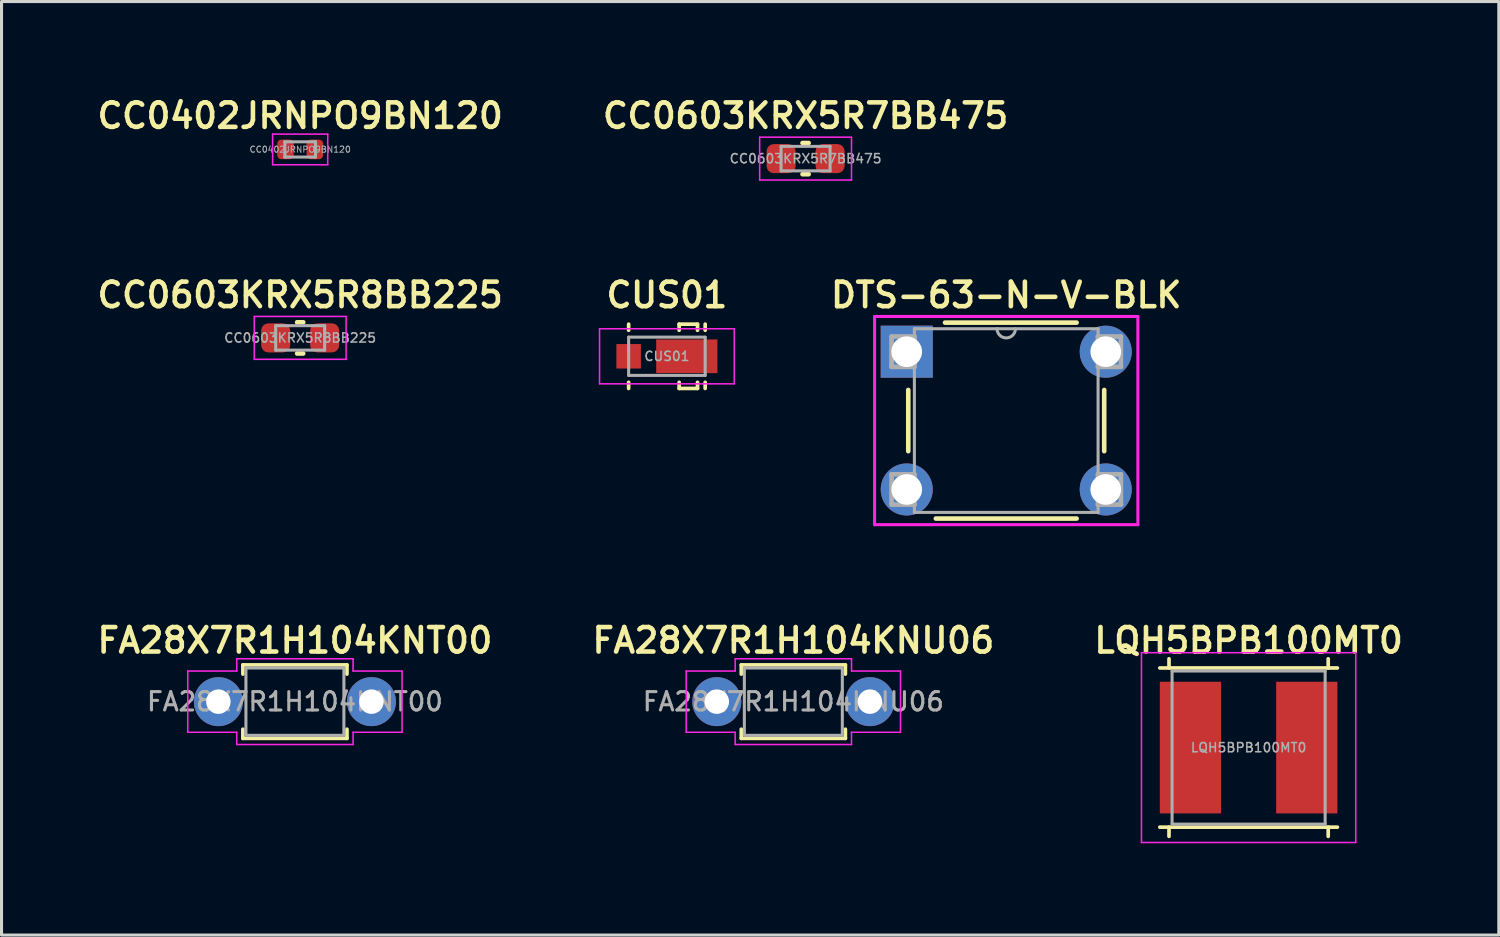
<source format=kicad_pcb>
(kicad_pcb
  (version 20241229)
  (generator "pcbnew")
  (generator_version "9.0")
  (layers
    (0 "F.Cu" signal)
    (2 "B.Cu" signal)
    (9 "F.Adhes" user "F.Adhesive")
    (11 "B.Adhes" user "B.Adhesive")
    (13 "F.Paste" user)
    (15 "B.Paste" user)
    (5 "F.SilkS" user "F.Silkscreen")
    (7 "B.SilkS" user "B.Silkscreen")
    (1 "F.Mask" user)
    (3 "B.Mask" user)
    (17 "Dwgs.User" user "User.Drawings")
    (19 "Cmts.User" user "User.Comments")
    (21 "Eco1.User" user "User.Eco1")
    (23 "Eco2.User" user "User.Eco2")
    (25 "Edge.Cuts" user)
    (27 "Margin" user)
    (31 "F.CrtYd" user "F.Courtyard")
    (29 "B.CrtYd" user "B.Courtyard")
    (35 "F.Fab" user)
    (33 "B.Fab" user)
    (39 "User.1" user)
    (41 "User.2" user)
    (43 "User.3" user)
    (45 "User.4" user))
  (footprint "FA28X7R1H104KNU06"
    (layer "F.Cu")
    (at 22.864 19.869)
    (property "Reference" "FA28X7R1H104KNU06" (at 0 -2 0) (layer "F.SilkS") (effects (font (size 0.8 0.8) (thickness 0.15))))
    (attr through_hole)
    (fp_line (start -1.7 -1.2) (end -1.7 -0.9) (stroke (width 0.12) (type solid)) (layer "F.SilkS"))
    (fp_line (start -1.7 -1.2) (end 1.7 -1.2) (stroke (width 0.12) (type solid)) (layer "F.SilkS"))
    (fp_line (start -1.7 0.9) (end -1.7 1.2) (stroke (width 0.12) (type solid)) (layer "F.SilkS"))
    (fp_line (start -1.7 1.2) (end 1.7 1.2) (stroke (width 0.12) (type solid)) (layer "F.SilkS"))
    (fp_line (start 1.7 -0.9) (end 1.7 -1.2) (stroke (width 0.12) (type solid)) (layer "F.SilkS"))
    (fp_line (start 1.7 0.9) (end 1.7 1.2) (stroke (width 0.12) (type solid)) (layer "F.SilkS"))
    (fp_line (start -3.5 -1) (end -3.5 1) (stroke (width 0.05) (type default)) (layer "F.CrtYd"))
    (fp_line (start -3.5 1) (end -1.9 1) (stroke (width 0.05) (type default)) (layer "F.CrtYd"))
    (fp_line (start -1.9 -1.4) (end -1.9 -1) (stroke (width 0.05) (type default)) (layer "F.CrtYd"))
    (fp_line (start -1.9 -1) (end -3.5 -1) (stroke (width 0.05) (type default)) (layer "F.CrtYd"))
    (fp_line (start -1.9 1) (end -1.9 1.4) (stroke (width 0.05) (type default)) (layer "F.CrtYd"))
    (fp_line (start -1.9 1.4) (end 1.9 1.4) (stroke (width 0.05) (type default)) (layer "F.CrtYd"))
    (fp_line (start 1.9 -1.4) (end -1.9 -1.4) (stroke (width 0.05) (type default)) (layer "F.CrtYd"))
    (fp_line (start 1.9 -1) (end 1.9 -1.4) (stroke (width 0.05) (type default)) (layer "F.CrtYd"))
    (fp_line (start 1.9 1) (end 3.5 1) (stroke (width 0.05) (type default)) (layer "F.CrtYd"))
    (fp_line (start 1.9 1.4) (end 1.9 1) (stroke (width 0.05) (type default)) (layer "F.CrtYd"))
    (fp_line (start 3.5 -1) (end 1.9 -1) (stroke (width 0.05) (type default)) (layer "F.CrtYd"))
    (fp_line (start 3.5 1) (end 3.5 -1) (stroke (width 0.05) (type default)) (layer "F.CrtYd"))
    (fp_rect (start -1.6 -1.1) (end 1.6 1.1) (stroke (width 0.1) (type solid)) (fill no) (layer "F.Fab"))
    (fp_text user "${REFERENCE}" (at 0 0 0) (layer "F.Fab") (effects (font (size 0.6 0.6) (thickness 0.1) (bold yes))))
    (pad "1" thru_hole circle (at -2.5 0) (size 1.6 1.6) (drill 0.8) (layers "*.Cu" "*.Mask"))
    (pad "2" thru_hole circle (at 2.5 0) (size 1.6 1.6) (drill 0.8) (layers "*.Cu" "*.Mask")))
  (footprint "DTS-63-N-V-BLK"
    (layer "F.Cu")
    (at 29.818 10.688)
    (property "Reference" "DTS-63-N-V-BLK" (at 0 -4.1 0) (layer "F.SilkS") (effects (font (size 0.8 0.8) (thickness 0.15))))
    (attr through_hole)
    (fp_line (start -3.2 -1) (end -3.2 1) (stroke (width 0.15) (type solid)) (layer "F.SilkS"))
    (fp_line (start -2.3 3.2) (end 2.3 3.2) (stroke (width 0.15) (type solid)) (layer "F.SilkS"))
    (fp_line (start -2 -3.2) (end 2.3 -3.2) (stroke (width 0.15) (type solid)) (layer "F.SilkS"))
    (fp_line (start 3.2 1) (end 3.2 -1) (stroke (width 0.15) (type solid)) (layer "F.SilkS"))
    (fp_line (start -4.3 -3.4) (end -4.3 3.4) (stroke (width 0.1) (type solid)) (layer "F.CrtYd"))
    (fp_line (start -4.3 -3.4) (end 4.3 -3.4) (stroke (width 0.1) (type solid)) (layer "F.CrtYd"))
    (fp_line (start -4.3 3.4) (end 4.3 3.4) (stroke (width 0.1) (type solid)) (layer "F.CrtYd"))
    (fp_line (start 4.3 -3.4) (end 4.3 3.4) (stroke (width 0.1) (type solid)) (layer "F.CrtYd"))
    (fp_line (start -3.745 -2.745) (end -3.745 -1.755) (stroke (width 0.152) (type solid)) (layer "F.Fab"))
    (fp_line (start -3.745 -1.755) (end -2.997 -1.755) (stroke (width 0.152) (type solid)) (layer "F.Fab"))
    (fp_line (start -3.745 1.755) (end -3.745 2.745) (stroke (width 0.152) (type solid)) (layer "F.Fab"))
    (fp_line (start -3.745 2.745) (end -2.997 2.745) (stroke (width 0.152) (type solid)) (layer "F.Fab"))
    (fp_line (start -3 -3) (end -3 3) (stroke (width 0.1) (type solid)) (layer "F.Fab"))
    (fp_line (start -3 3) (end 3 3) (stroke (width 0.1) (type solid)) (layer "F.Fab"))
    (fp_line (start -2.997 -2.745) (end -3.745 -2.745) (stroke (width 0.152) (type solid)) (layer "F.Fab"))
    (fp_line (start -2.997 -1.755) (end -2.997 -2.745) (stroke (width 0.152) (type solid)) (layer "F.Fab"))
    (fp_line (start -2.997 1.755) (end -3.745 1.755) (stroke (width 0.152) (type solid)) (layer "F.Fab"))
    (fp_line (start -2.997 2.745) (end -2.997 1.755) (stroke (width 0.152) (type solid)) (layer "F.Fab"))
    (fp_line (start 2.997 -2.745) (end 2.997 -1.755) (stroke (width 0.152) (type solid)) (layer "F.Fab"))
    (fp_line (start 2.997 -1.755) (end 3.745 -1.755) (stroke (width 0.152) (type solid)) (layer "F.Fab"))
    (fp_line (start 2.997 1.755) (end 2.997 2.745) (stroke (width 0.152) (type solid)) (layer "F.Fab"))
    (fp_line (start 2.997 2.745) (end 3.745 2.745) (stroke (width 0.152) (type solid)) (layer "F.Fab"))
    (fp_line (start 3 -3) (end -3 -3) (stroke (width 0.1) (type solid)) (layer "F.Fab"))
    (fp_line (start 3 3) (end 3 -3) (stroke (width 0.1) (type solid)) (layer "F.Fab"))
    (fp_line (start 3.745 -2.745) (end 2.997 -2.745) (stroke (width 0.152) (type solid)) (layer "F.Fab"))
    (fp_line (start 3.745 -1.755) (end 3.745 -2.745) (stroke (width 0.152) (type solid)) (layer "F.Fab"))
    (fp_line (start 3.745 1.755) (end 2.997 1.755) (stroke (width 0.152) (type solid)) (layer "F.Fab"))
    (fp_line (start 3.745 2.745) (end 3.745 1.755) (stroke (width 0.152) (type solid)) (layer "F.Fab"))
    (fp_arc (start 0.3 -3) (mid 0 -2.7) (end -0.3 -3) (stroke (width 0.1) (type solid)) (layer "F.Fab"))
    (pad "1" thru_hole rect (at -3.25 -2.25) (size 1.7 1.7) (drill 1) (layers "*.Cu" "*.Mask"))
    (pad "2" thru_hole circle (at 3.25 -2.25) (size 1.7 1.7) (drill 1) (layers "*.Cu" "*.Mask"))
    (pad "3" thru_hole circle (at -3.25 2.25) (size 1.7 1.7) (drill 1) (layers "*.Cu" "*.Mask"))
    (pad "4" thru_hole circle (at 3.25 2.25) (size 1.7 1.7) (drill 1) (layers "*.Cu" "*.Mask")))
  (footprint "CC0603KRX5R7BB475"
    (layer "F.Cu")
    (at 23.264 2.131)
    (property "Reference" "CC0603KRX5R7BB475" (at 0 -1.4 0) (layer "F.SilkS") (effects (font (size 0.8 0.8) (thickness 0.15))))
    (attr smd)
    (fp_line (start -0.1 -0.51) (end 0.1 -0.51) (stroke (width 0.15) (type solid)) (layer "F.SilkS"))
    (fp_line (start -0.1 0.51) (end 0.1 0.51) (stroke (width 0.15) (type solid)) (layer "F.SilkS"))
    (fp_line (start -1.5 -0.7) (end 1.5 -0.7) (stroke (width 0.05) (type solid)) (layer "F.CrtYd"))
    (fp_line (start -1.5 0.7) (end -1.5 -0.7) (stroke (width 0.05) (type solid)) (layer "F.CrtYd"))
    (fp_line (start 1.5 -0.7) (end 1.5 0.7) (stroke (width 0.05) (type solid)) (layer "F.CrtYd"))
    (fp_line (start 1.5 0.7) (end -1.5 0.7) (stroke (width 0.05) (type solid)) (layer "F.CrtYd"))
    (fp_line (start -0.8 -0.4) (end 0.8 -0.4) (stroke (width 0.1) (type solid)) (layer "F.Fab"))
    (fp_line (start -0.8 0.4) (end -0.8 -0.4) (stroke (width 0.1) (type solid)) (layer "F.Fab"))
    (fp_line (start 0.8 -0.4) (end 0.8 0.4) (stroke (width 0.1) (type solid)) (layer "F.Fab"))
    (fp_line (start 0.8 0.4) (end -0.8 0.4) (stroke (width 0.1) (type solid)) (layer "F.Fab"))
    (fp_text user "${REFERENCE}" (at 0 0 0) (layer "F.Fab") (effects (font (size 0.3 0.3) (thickness 0.05))))
    (pad "1" smd roundrect (at -0.8 0) (size 0.95 0.95) (layers "F.Cu" "F.Mask" "F.Paste") (roundrect_rratio 0.25))
    (pad "2" smd roundrect (at 0.8 0) (size 0.95 0.95) (layers "F.Cu" "F.Mask" "F.Paste") (roundrect_rratio 0.25)))
  (footprint "CC0402JRNPO9BN120"
    (layer "F.Cu")
    (at 6.755 1.831)
    (property "Reference" "CC0402JRNPO9BN120" (at 0 -1.1 0) (layer "F.SilkS") (effects (font (size 0.8 0.8) (thickness 0.15))))
    (attr smd)
    (fp_line (start -0.9 -0.5) (end 0.9 -0.5) (stroke (width 0.05) (type solid)) (layer "F.CrtYd"))
    (fp_line (start -0.9 0.5) (end -0.9 -0.5) (stroke (width 0.05) (type solid)) (layer "F.CrtYd"))
    (fp_line (start 0.9 -0.5) (end 0.9 0.5) (stroke (width 0.05) (type solid)) (layer "F.CrtYd"))
    (fp_line (start 0.9 0.5) (end -0.9 0.5) (stroke (width 0.05) (type solid)) (layer "F.CrtYd"))
    (fp_line (start -0.5 -0.25) (end 0.5 -0.25) (stroke (width 0.1) (type solid)) (layer "F.Fab"))
    (fp_line (start -0.5 0.25) (end -0.5 -0.25) (stroke (width 0.1) (type solid)) (layer "F.Fab"))
    (fp_line (start 0.5 -0.25) (end 0.5 0.25) (stroke (width 0.1) (type solid)) (layer "F.Fab"))
    (fp_line (start 0.5 0.25) (end -0.5 0.25) (stroke (width 0.1) (type solid)) (layer "F.Fab"))
    (fp_text user "${REFERENCE}" (at 0 0 0) (layer "F.Fab") (effects (font (size 0.2 0.2) (thickness 0.03))))
    (pad "1" smd roundrect (at -0.48 0) (size 0.54 0.64) (layers "F.Cu" "F.Mask" "F.Paste") (roundrect_rratio 0.25))
    (pad "2" smd roundrect (at 0.48 0) (size 0.54 0.64) (layers "F.Cu" "F.Mask" "F.Paste") (roundrect_rratio 0.25)))
  (footprint "CC0603KRX5R8BB225"
    (layer "F.Cu")
    (at 6.755 7.987)
    (property "Reference" "CC0603KRX5R8BB225" (at 0 -1.4 0) (layer "F.SilkS") (effects (font (size 0.8 0.8) (thickness 0.15))))
    (attr smd)
    (fp_line (start -0.1 -0.51) (end 0.1 -0.51) (stroke (width 0.15) (type solid)) (layer "F.SilkS"))
    (fp_line (start -0.1 0.51) (end 0.1 0.51) (stroke (width 0.15) (type solid)) (layer "F.SilkS"))
    (fp_line (start -1.5 -0.7) (end 1.5 -0.7) (stroke (width 0.05) (type solid)) (layer "F.CrtYd"))
    (fp_line (start -1.5 0.7) (end -1.5 -0.7) (stroke (width 0.05) (type solid)) (layer "F.CrtYd"))
    (fp_line (start 1.5 -0.7) (end 1.5 0.7) (stroke (width 0.05) (type solid)) (layer "F.CrtYd"))
    (fp_line (start 1.5 0.7) (end -1.5 0.7) (stroke (width 0.05) (type solid)) (layer "F.CrtYd"))
    (fp_line (start -0.8 -0.4) (end 0.8 -0.4) (stroke (width 0.1) (type solid)) (layer "F.Fab"))
    (fp_line (start -0.8 0.4) (end -0.8 -0.4) (stroke (width 0.1) (type solid)) (layer "F.Fab"))
    (fp_line (start 0.8 -0.4) (end 0.8 0.4) (stroke (width 0.1) (type solid)) (layer "F.Fab"))
    (fp_line (start 0.8 0.4) (end -0.8 0.4) (stroke (width 0.1) (type solid)) (layer "F.Fab"))
    (fp_text user "${REFERENCE}" (at 0 0 0) (layer "F.Fab") (effects (font (size 0.3 0.3) (thickness 0.05))))
    (pad "1" smd roundrect (at -0.8 0) (size 0.95 0.95) (layers "F.Cu" "F.Mask" "F.Paste") (roundrect_rratio 0.25))
    (pad "2" smd roundrect (at 0.8 0) (size 0.95 0.95) (layers "F.Cu" "F.Mask" "F.Paste") (roundrect_rratio 0.25)))
  (footprint "CUS01"
    (layer "F.Cu")
    (at 18.734 8.588)
    (property "Reference" "CUS01" (at 0 -2 0) (layer "F.SilkS") (effects (font (size 0.8 0.8) (thickness 0.15))))
    (attr smd)
    (fp_line (start -1.25 -0.85) (end -1.25 -1.05) (stroke (width 0.12) (type solid)) (layer "F.SilkS"))
    (fp_line (start -1.25 1.05) (end -1.25 0.85) (stroke (width 0.12) (type solid)) (layer "F.SilkS"))
    (fp_line (start 0.4 -1.05) (end 0.4 -0.85) (stroke (width 0.12) (type solid)) (layer "F.SilkS"))
    (fp_line (start 0.4 1.05) (end 0.4 0.85) (stroke (width 0.12) (type solid)) (layer "F.SilkS"))
    (fp_line (start 1 -1.05) (end 0.4 -1.05) (stroke (width 0.12) (type solid)) (layer "F.SilkS"))
    (fp_line (start 1 -0.85) (end 1 -1.05) (stroke (width 0.12) (type solid)) (layer "F.SilkS"))
    (fp_line (start 1 1.05) (end 0.4 1.05) (stroke (width 0.12) (type solid)) (layer "F.SilkS"))
    (fp_line (start 1 1.05) (end 1 0.85) (stroke (width 0.12) (type solid)) (layer "F.SilkS"))
    (fp_line (start 1.25 -0.85) (end 1.25 -1.05) (stroke (width 0.12) (type solid)) (layer "F.SilkS"))
    (fp_line (start 1.25 1.05) (end 1.25 0.85) (stroke (width 0.12) (type solid)) (layer "F.SilkS"))
    (fp_line (start -2.2 -0.9) (end 2.2 -0.9) (stroke (width 0.05) (type solid)) (layer "F.CrtYd"))
    (fp_line (start -2.2 0.9) (end -2.2 -0.9) (stroke (width 0.05) (type solid)) (layer "F.CrtYd"))
    (fp_line (start 2.2 -0.9) (end 2.2 0.9) (stroke (width 0.05) (type solid)) (layer "F.CrtYd"))
    (fp_line (start 2.2 0.9) (end -2.2 0.9) (stroke (width 0.05) (type solid)) (layer "F.CrtYd"))
    (fp_line (start -1.25 -0.625) (end -1.25 0.625) (stroke (width 0.1) (type solid)) (layer "F.Fab"))
    (fp_line (start -1.25 0.625) (end 1.25 0.625) (stroke (width 0.1) (type solid)) (layer "F.Fab"))
    (fp_line (start 1.25 -0.625) (end -1.25 -0.625) (stroke (width 0.1) (type solid)) (layer "F.Fab"))
    (fp_line (start 1.25 0.625) (end 1.25 -0.625) (stroke (width 0.1) (type solid)) (layer "F.Fab"))
    (fp_text user "${REFERENCE}" (at 0 0 0) (layer "F.Fab") (effects (font (size 0.3 0.3) (thickness 0.05))))
    (pad "1" smd rect (at -1.25 0) (size 0.8 0.8) (layers "F.Cu" "F.Mask" "F.Paste"))
    (pad "2" smd rect (at 0.65 0) (size 2 1.1) (layers "F.Cu" "F.Mask" "F.Paste")))
  (footprint "LQH5BPB100MT0"
    (layer "F.Cu")
    (at 37.735 21.369)
    (property "Reference" "LQH5BPB100MT0" (at 0 -3.5 0) (layer "F.SilkS") (effects (font (size 0.8 0.8) (thickness 0.15))))
    (attr smd)
    (fp_line (start -2.9 -2.6) (end 2.9 -2.6) (stroke (width 0.12) (type solid)) (layer "F.SilkS"))
    (fp_line (start -2.6 -2.9) (end -2.6 -2.6) (stroke (width 0.12) (type solid)) (layer "F.SilkS"))
    (fp_line (start -2.6 2.9) (end -2.6 2.6) (stroke (width 0.12) (type solid)) (layer "F.SilkS"))
    (fp_line (start 2.6 -2.9) (end 2.6 -2.6) (stroke (width 0.12) (type solid)) (layer "F.SilkS"))
    (fp_line (start 2.6 2.9) (end 2.6 2.6) (stroke (width 0.12) (type solid)) (layer "F.SilkS"))
    (fp_line (start 2.9 2.6) (end -2.9 2.6) (stroke (width 0.12) (type solid)) (layer "F.SilkS"))
    (fp_poly (pts (xy -0.95 -2.1) (xy -2.85 -2.1) (xy -2.85 2.1) (xy -0.95 2.1) (xy -0.95 1.05) (xy -1.8 1.05) (xy -1.8 -1.05) (xy -0.95 -1.05)) (stroke (width 0.1) (type solid)) (fill yes) (layer "F.Paste"))
    (fp_poly (pts (xy 0.95 2.1) (xy 2.85 2.1) (xy 2.85 -2.1) (xy 0.95 -2.1) (xy 0.95 -1.05) (xy 1.8 -1.05) (xy 1.8 1.05) (xy 0.95 1.05)) (stroke (width 0.1) (type solid)) (fill yes) (layer "F.Paste"))
    (fp_line (start -3.5 -3.1) (end -3.5 3.1) (stroke (width 0.05) (type solid)) (layer "F.CrtYd"))
    (fp_line (start -3.5 3.1) (end 3.5 3.1) (stroke (width 0.05) (type solid)) (layer "F.CrtYd"))
    (fp_line (start 3.5 -3.1) (end -3.5 -3.1) (stroke (width 0.05) (type solid)) (layer "F.CrtYd"))
    (fp_line (start 3.5 3.1) (end 3.5 -3.1) (stroke (width 0.05) (type solid)) (layer "F.CrtYd"))
    (fp_line (start -2.5 -2.5) (end -2.5 2.5) (stroke (width 0.1) (type solid)) (layer "F.Fab"))
    (fp_line (start -2.5 -2.5) (end 2.5 -2.5) (stroke (width 0.1) (type solid)) (layer "F.Fab"))
    (fp_line (start -2.5 2.5) (end 2.5 2.5) (stroke (width 0.1) (type solid)) (layer "F.Fab"))
    (fp_line (start 2.5 2.5) (end 2.5 -2.5) (stroke (width 0.1) (type solid)) (layer "F.Fab"))
    (fp_text user "${REFERENCE}" (at 0 0 180) (layer "F.Fab") (effects (font (size 0.3 0.3) (thickness 0.05))))
    (pad "1" smd rect (at -1.9 0) (size 2 4.3) (layers "F.Cu" "F.Mask"))
    (pad "2" smd rect (at 1.9 0) (size 2 4.3) (layers "F.Cu" "F.Mask")))
  (footprint "FA28X7R1H104KNT00"
    (layer "F.Cu")
    (at 6.583 19.869)
    (property "Reference" "FA28X7R1H104KNT00" (at 0 -2 0) (layer "F.SilkS") (effects (font (size 0.8 0.8) (thickness 0.15))))
    (attr through_hole)
    (fp_line (start -1.7 -1.2) (end -1.7 -0.9) (stroke (width 0.12) (type solid)) (layer "F.SilkS"))
    (fp_line (start -1.7 -1.2) (end 1.7 -1.2) (stroke (width 0.12) (type solid)) (layer "F.SilkS"))
    (fp_line (start -1.7 0.9) (end -1.7 1.2) (stroke (width 0.12) (type solid)) (layer "F.SilkS"))
    (fp_line (start -1.7 1.2) (end 1.7 1.2) (stroke (width 0.12) (type solid)) (layer "F.SilkS"))
    (fp_line (start 1.7 -0.9) (end 1.7 -1.2) (stroke (width 0.12) (type solid)) (layer "F.SilkS"))
    (fp_line (start 1.7 0.9) (end 1.7 1.2) (stroke (width 0.12) (type solid)) (layer "F.SilkS"))
    (fp_line (start -3.5 -1) (end -3.5 1) (stroke (width 0.05) (type default)) (layer "F.CrtYd"))
    (fp_line (start -3.5 1) (end -1.9 1) (stroke (width 0.05) (type default)) (layer "F.CrtYd"))
    (fp_line (start -1.9 -1.4) (end -1.9 -1) (stroke (width 0.05) (type default)) (layer "F.CrtYd"))
    (fp_line (start -1.9 -1) (end -3.5 -1) (stroke (width 0.05) (type default)) (layer "F.CrtYd"))
    (fp_line (start -1.9 1) (end -1.9 1.4) (stroke (width 0.05) (type default)) (layer "F.CrtYd"))
    (fp_line (start -1.9 1.4) (end 1.9 1.4) (stroke (width 0.05) (type default)) (layer "F.CrtYd"))
    (fp_line (start 1.9 -1.4) (end -1.9 -1.4) (stroke (width 0.05) (type default)) (layer "F.CrtYd"))
    (fp_line (start 1.9 -1) (end 1.9 -1.4) (stroke (width 0.05) (type default)) (layer "F.CrtYd"))
    (fp_line (start 1.9 1) (end 3.5 1) (stroke (width 0.05) (type default)) (layer "F.CrtYd"))
    (fp_line (start 1.9 1.4) (end 1.9 1) (stroke (width 0.05) (type default)) (layer "F.CrtYd"))
    (fp_line (start 3.5 -1) (end 1.9 -1) (stroke (width 0.05) (type default)) (layer "F.CrtYd"))
    (fp_line (start 3.5 1) (end 3.5 -1) (stroke (width 0.05) (type default)) (layer "F.CrtYd"))
    (fp_rect (start -1.6 -1.1) (end 1.6 1.1) (stroke (width 0.1) (type solid)) (fill no) (layer "F.Fab"))
    (fp_text user "${REFERENCE}" (at 0 0 0) (layer "F.Fab") (effects (font (size 0.6 0.6) (thickness 0.1) (bold yes))))
    (pad "1" thru_hole circle (at -2.5 0) (size 1.6 1.6) (drill 0.8) (layers "*.Cu" "*.Mask"))
    (pad "2" thru_hole circle (at 2.5 0) (size 1.6 1.6) (drill 0.8) (layers "*.Cu" "*.Mask")))
  (gr_rect
    (start -3 -3)
    (end 45.908 27.494)
    (stroke (width 0.1) (type default))
    (fill no)
    (layer "Edge.Cuts")))
</source>
